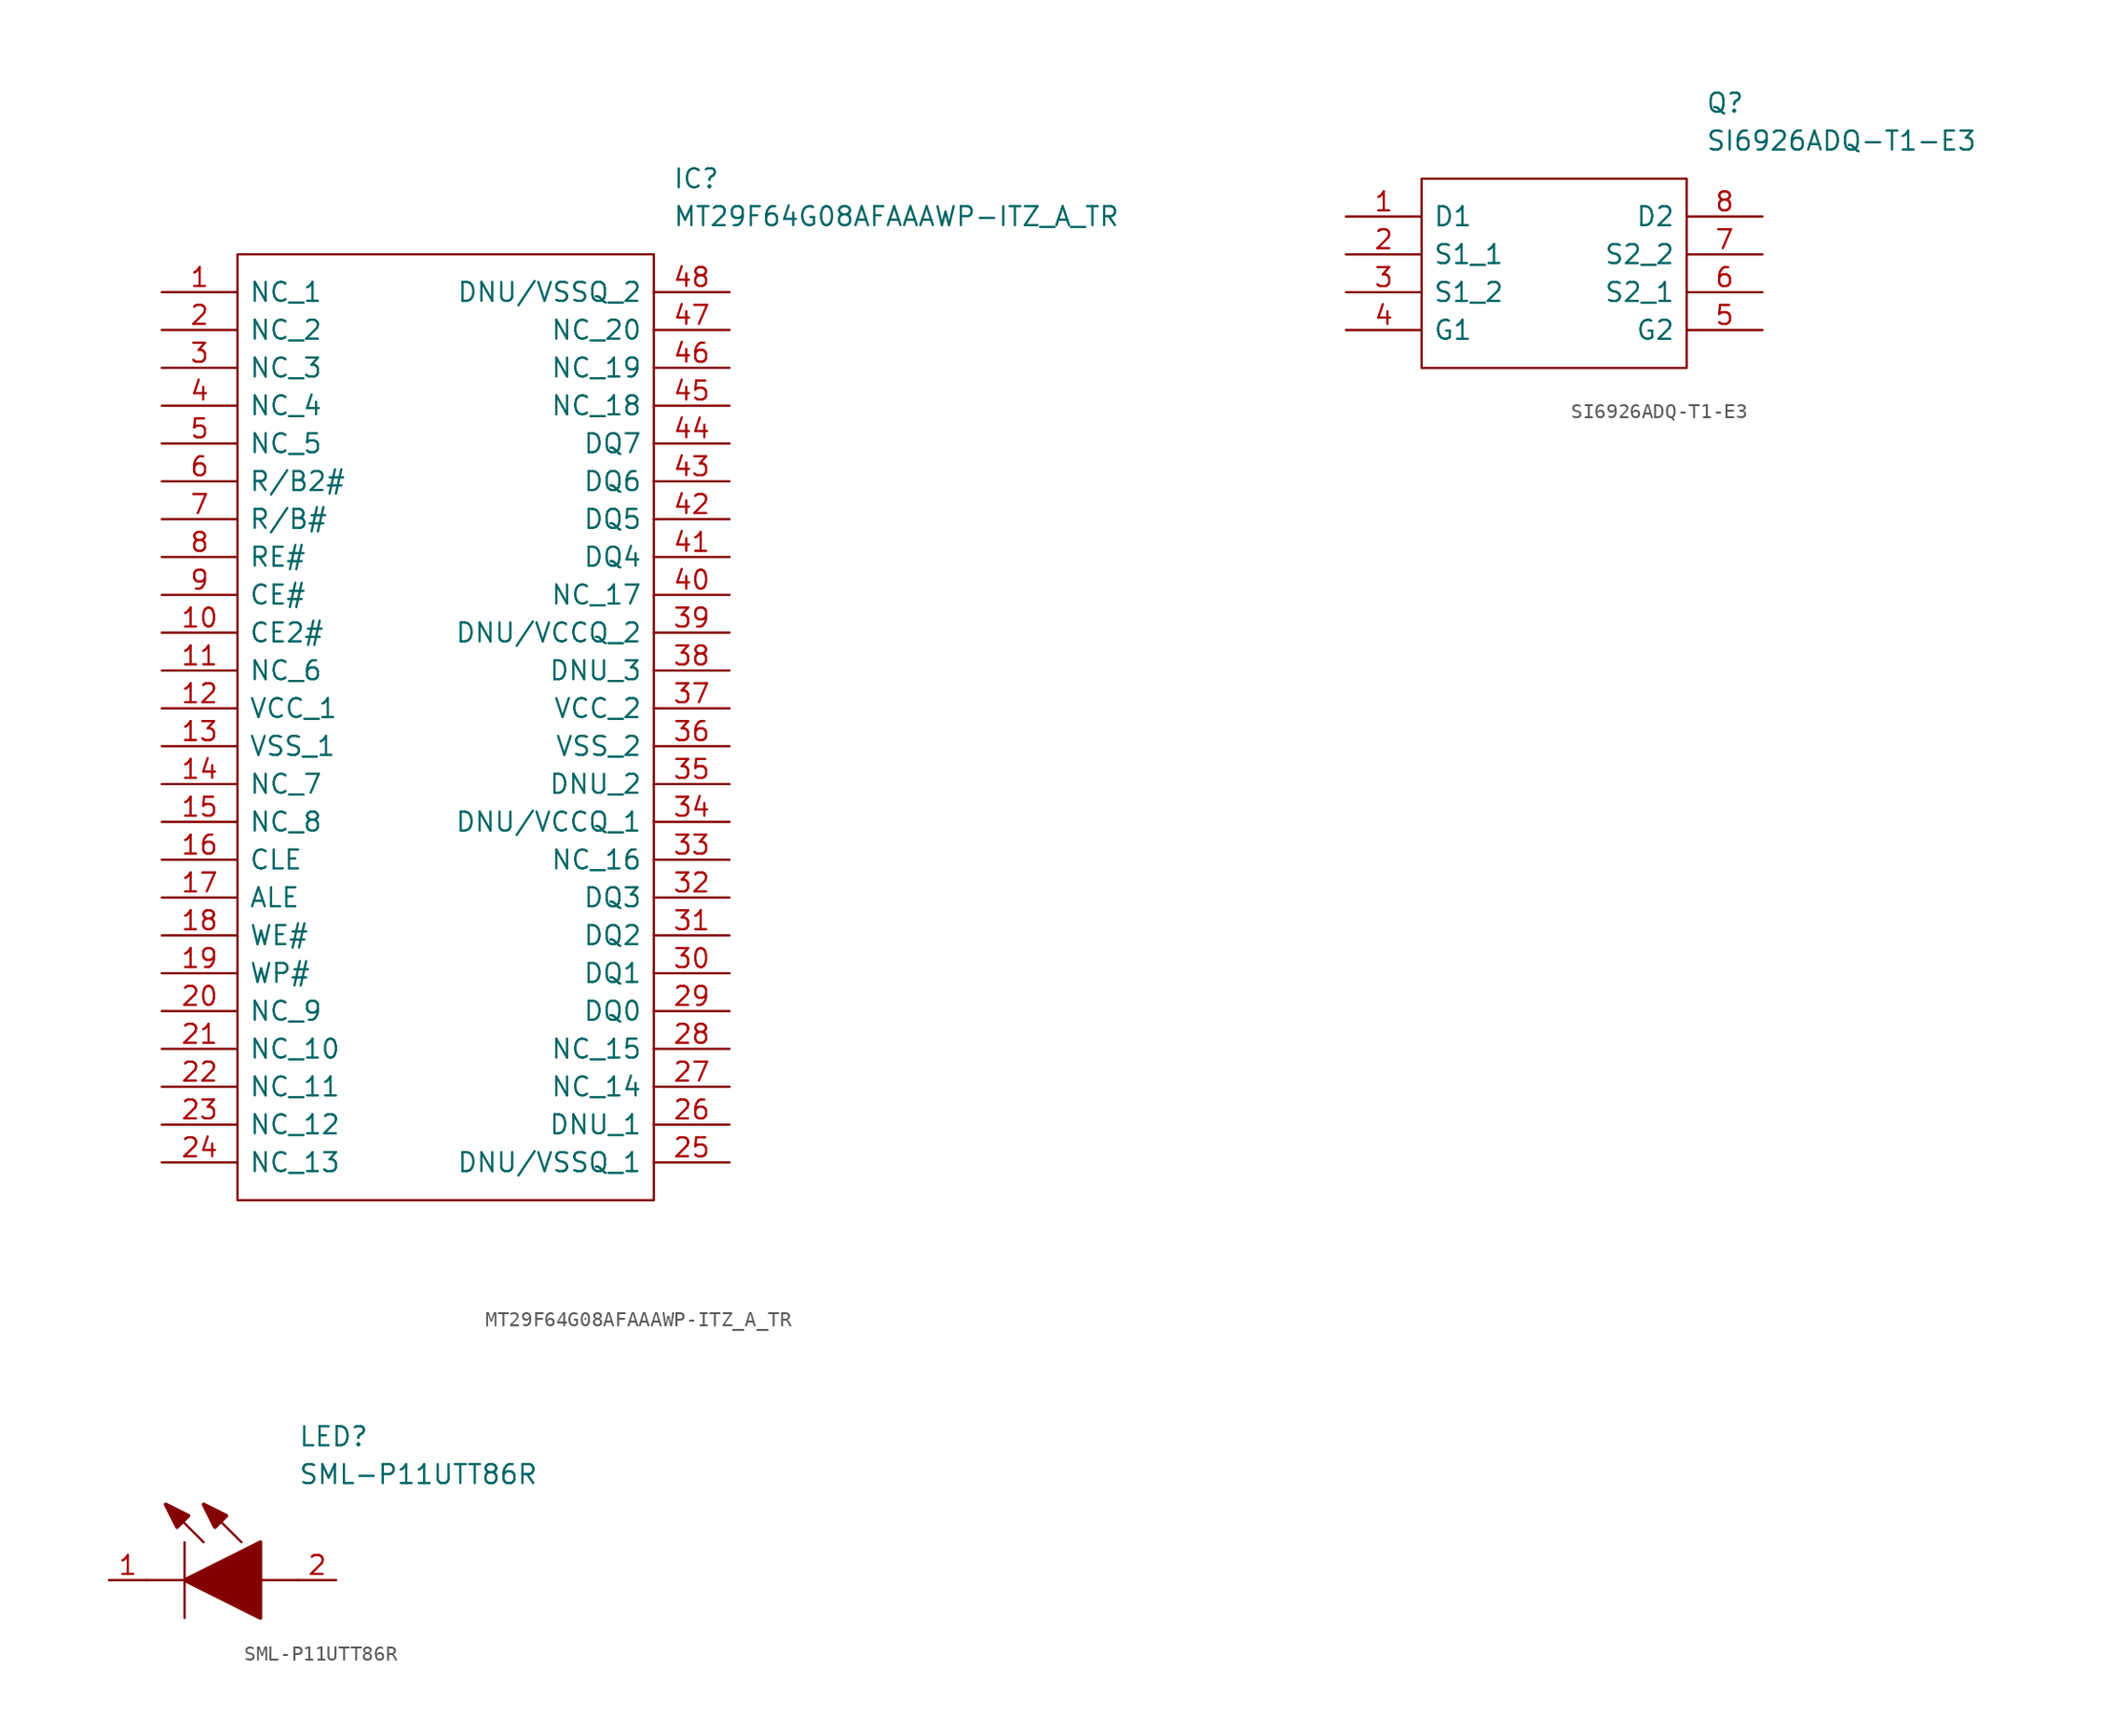
<source format=kicad_sym>
(kicad_symbol_lib
  (version 20211014)
  (generator kicad_symbol_editor)
  (symbol "MT29F64G08AFAAAWP-ITZ_A_TR"
    (pin_names
      (offset 0.762))
    (property "Reference" "IC"
      (at 34.29 7.62 0)
      (effects (font (size 1.27 1.27)) (justify left)))
    (property "Value" "MT29F64G08AFAAAWP-ITZ_A_TR"
      (at 34.29 5.08 0)
      (effects (font (size 1.27 1.27)) (justify left)))
    (symbol "MT29F64G08AFAAAWP-ITZ_A_TR_0_0"
      (pin passive line (at 0 0 0) (length 5.08) (name "NC_1" (effects (font (size 1.27 1.27)))) (number "1" (effects (font (size 1.27 1.27)))))
      (pin passive line (at 0 -22.86 0) (length 5.08) (name "CE2#" (effects (font (size 1.27 1.27)))) (number "10" (effects (font (size 1.27 1.27)))))
      (pin passive line (at 0 -25.4 0) (length 5.08) (name "NC_6" (effects (font (size 1.27 1.27)))) (number "11" (effects (font (size 1.27 1.27)))))
      (pin passive line (at 0 -27.94 0) (length 5.08) (name "VCC_1" (effects (font (size 1.27 1.27)))) (number "12" (effects (font (size 1.27 1.27)))))
      (pin passive line (at 0 -30.48 0) (length 5.08) (name "VSS_1" (effects (font (size 1.27 1.27)))) (number "13" (effects (font (size 1.27 1.27)))))
      (pin passive line (at 0 -33.02 0) (length 5.08) (name "NC_7" (effects (font (size 1.27 1.27)))) (number "14" (effects (font (size 1.27 1.27)))))
      (pin passive line (at 0 -35.56 0) (length 5.08) (name "NC_8" (effects (font (size 1.27 1.27)))) (number "15" (effects (font (size 1.27 1.27)))))
      (pin passive line (at 0 -38.1 0) (length 5.08) (name "CLE" (effects (font (size 1.27 1.27)))) (number "16" (effects (font (size 1.27 1.27)))))
      (pin passive line (at 0 -40.64 0) (length 5.08) (name "ALE" (effects (font (size 1.27 1.27)))) (number "17" (effects (font (size 1.27 1.27)))))
      (pin passive line (at 0 -43.18 0) (length 5.08) (name "WE#" (effects (font (size 1.27 1.27)))) (number "18" (effects (font (size 1.27 1.27)))))
      (pin passive line (at 0 -45.72 0) (length 5.08) (name "WP#" (effects (font (size 1.27 1.27)))) (number "19" (effects (font (size 1.27 1.27)))))
      (pin passive line (at 0 -2.54 0) (length 5.08) (name "NC_2" (effects (font (size 1.27 1.27)))) (number "2" (effects (font (size 1.27 1.27)))))
      (pin passive line (at 0 -48.26 0) (length 5.08) (name "NC_9" (effects (font (size 1.27 1.27)))) (number "20" (effects (font (size 1.27 1.27)))))
      (pin passive line (at 0 -50.8 0) (length 5.08) (name "NC_10" (effects (font (size 1.27 1.27)))) (number "21" (effects (font (size 1.27 1.27)))))
      (pin passive line (at 0 -53.34 0) (length 5.08) (name "NC_11" (effects (font (size 1.27 1.27)))) (number "22" (effects (font (size 1.27 1.27)))))
      (pin passive line (at 0 -55.88 0) (length 5.08) (name "NC_12" (effects (font (size 1.27 1.27)))) (number "23" (effects (font (size 1.27 1.27)))))
      (pin passive line (at 0 -58.42 0) (length 5.08) (name "NC_13" (effects (font (size 1.27 1.27)))) (number "24" (effects (font (size 1.27 1.27)))))
      (pin passive line (at 38.1 -58.42 180) (length 5.08) (name "DNU/VSSQ_1" (effects (font (size 1.27 1.27)))) (number "25" (effects (font (size 1.27 1.27)))))
      (pin passive line (at 38.1 -55.88 180) (length 5.08) (name "DNU_1" (effects (font (size 1.27 1.27)))) (number "26" (effects (font (size 1.27 1.27)))))
      (pin passive line (at 38.1 -53.34 180) (length 5.08) (name "NC_14" (effects (font (size 1.27 1.27)))) (number "27" (effects (font (size 1.27 1.27)))))
      (pin passive line (at 38.1 -50.8 180) (length 5.08) (name "NC_15" (effects (font (size 1.27 1.27)))) (number "28" (effects (font (size 1.27 1.27)))))
      (pin passive line (at 38.1 -48.26 180) (length 5.08) (name "DQ0" (effects (font (size 1.27 1.27)))) (number "29" (effects (font (size 1.27 1.27)))))
      (pin passive line (at 0 -5.08 0) (length 5.08) (name "NC_3" (effects (font (size 1.27 1.27)))) (number "3" (effects (font (size 1.27 1.27)))))
      (pin passive line (at 38.1 -45.72 180) (length 5.08) (name "DQ1" (effects (font (size 1.27 1.27)))) (number "30" (effects (font (size 1.27 1.27)))))
      (pin passive line (at 38.1 -43.18 180) (length 5.08) (name "DQ2" (effects (font (size 1.27 1.27)))) (number "31" (effects (font (size 1.27 1.27)))))
      (pin passive line (at 38.1 -40.64 180) (length 5.08) (name "DQ3" (effects (font (size 1.27 1.27)))) (number "32" (effects (font (size 1.27 1.27)))))
      (pin passive line (at 38.1 -38.1 180) (length 5.08) (name "NC_16" (effects (font (size 1.27 1.27)))) (number "33" (effects (font (size 1.27 1.27)))))
      (pin passive line (at 38.1 -35.56 180) (length 5.08) (name "DNU/VCCQ_1" (effects (font (size 1.27 1.27)))) (number "34" (effects (font (size 1.27 1.27)))))
      (pin passive line (at 38.1 -33.02 180) (length 5.08) (name "DNU_2" (effects (font (size 1.27 1.27)))) (number "35" (effects (font (size 1.27 1.27)))))
      (pin passive line (at 38.1 -30.48 180) (length 5.08) (name "VSS_2" (effects (font (size 1.27 1.27)))) (number "36" (effects (font (size 1.27 1.27)))))
      (pin passive line (at 38.1 -27.94 180) (length 5.08) (name "VCC_2" (effects (font (size 1.27 1.27)))) (number "37" (effects (font (size 1.27 1.27)))))
      (pin passive line (at 38.1 -25.4 180) (length 5.08) (name "DNU_3" (effects (font (size 1.27 1.27)))) (number "38" (effects (font (size 1.27 1.27)))))
      (pin passive line (at 38.1 -22.86 180) (length 5.08) (name "DNU/VCCQ_2" (effects (font (size 1.27 1.27)))) (number "39" (effects (font (size 1.27 1.27)))))
      (pin passive line (at 0 -7.62 0) (length 5.08) (name "NC_4" (effects (font (size 1.27 1.27)))) (number "4" (effects (font (size 1.27 1.27)))))
      (pin passive line (at 38.1 -20.32 180) (length 5.08) (name "NC_17" (effects (font (size 1.27 1.27)))) (number "40" (effects (font (size 1.27 1.27)))))
      (pin passive line (at 38.1 -17.78 180) (length 5.08) (name "DQ4" (effects (font (size 1.27 1.27)))) (number "41" (effects (font (size 1.27 1.27)))))
      (pin passive line (at 38.1 -15.24 180) (length 5.08) (name "DQ5" (effects (font (size 1.27 1.27)))) (number "42" (effects (font (size 1.27 1.27)))))
      (pin passive line (at 38.1 -12.7 180) (length 5.08) (name "DQ6" (effects (font (size 1.27 1.27)))) (number "43" (effects (font (size 1.27 1.27)))))
      (pin passive line (at 38.1 -10.16 180) (length 5.08) (name "DQ7" (effects (font (size 1.27 1.27)))) (number "44" (effects (font (size 1.27 1.27)))))
      (pin passive line (at 38.1 -7.62 180) (length 5.08) (name "NC_18" (effects (font (size 1.27 1.27)))) (number "45" (effects (font (size 1.27 1.27)))))
      (pin passive line (at 38.1 -5.08 180) (length 5.08) (name "NC_19" (effects (font (size 1.27 1.27)))) (number "46" (effects (font (size 1.27 1.27)))))
      (pin passive line (at 38.1 -2.54 180) (length 5.08) (name "NC_20" (effects (font (size 1.27 1.27)))) (number "47" (effects (font (size 1.27 1.27)))))
      (pin passive line (at 38.1 0 180) (length 5.08) (name "DNU/VSSQ_2" (effects (font (size 1.27 1.27)))) (number "48" (effects (font (size 1.27 1.27)))))
      (pin passive line (at 0 -10.16 0) (length 5.08) (name "NC_5" (effects (font (size 1.27 1.27)))) (number "5" (effects (font (size 1.27 1.27)))))
      (pin passive line (at 0 -12.7 0) (length 5.08) (name "R/B2#" (effects (font (size 1.27 1.27)))) (number "6" (effects (font (size 1.27 1.27)))))
      (pin passive line (at 0 -15.24 0) (length 5.08) (name "R/B#" (effects (font (size 1.27 1.27)))) (number "7" (effects (font (size 1.27 1.27)))))
      (pin passive line (at 0 -17.78 0) (length 5.08) (name "RE#" (effects (font (size 1.27 1.27)))) (number "8" (effects (font (size 1.27 1.27)))))
      (pin passive line (at 0 -20.32 0) (length 5.08) (name "CE#" (effects (font (size 1.27 1.27)))) (number "9" (effects (font (size 1.27 1.27))))))
    (symbol "MT29F64G08AFAAAWP-ITZ_A_TR_0_1"
      (polyline (pts (xy 5.08 2.54) (xy 33.02 2.54) (xy 33.02 -60.96) (xy 5.08 -60.96) (xy 5.08 2.54)) (stroke (width 0.152) (type default) (color 0 0 0 0)) (fill (type none)))))
  (symbol "SI6926ADQ-T1-E3"
    (pin_names
      (offset 0.762))
    (property "Reference" "Q"
      (at 24.13 7.62 0)
      (effects (font (size 1.27 1.27)) (justify left)))
    (property "Value" "SI6926ADQ-T1-E3"
      (at 24.13 5.08 0)
      (effects (font (size 1.27 1.27)) (justify left)))
    (symbol "SI6926ADQ-T1-E3_0_0"
      (pin passive line (at 0 0 0) (length 5.08) (name "D1" (effects (font (size 1.27 1.27)))) (number "1" (effects (font (size 1.27 1.27)))))
      (pin passive line (at 0 -2.54 0) (length 5.08) (name "S1_1" (effects (font (size 1.27 1.27)))) (number "2" (effects (font (size 1.27 1.27)))))
      (pin passive line (at 0 -5.08 0) (length 5.08) (name "S1_2" (effects (font (size 1.27 1.27)))) (number "3" (effects (font (size 1.27 1.27)))))
      (pin passive line (at 0 -7.62 0) (length 5.08) (name "G1" (effects (font (size 1.27 1.27)))) (number "4" (effects (font (size 1.27 1.27)))))
      (pin passive line (at 27.94 -7.62 180) (length 5.08) (name "G2" (effects (font (size 1.27 1.27)))) (number "5" (effects (font (size 1.27 1.27)))))
      (pin passive line (at 27.94 -5.08 180) (length 5.08) (name "S2_1" (effects (font (size 1.27 1.27)))) (number "6" (effects (font (size 1.27 1.27)))))
      (pin passive line (at 27.94 -2.54 180) (length 5.08) (name "S2_2" (effects (font (size 1.27 1.27)))) (number "7" (effects (font (size 1.27 1.27)))))
      (pin passive line (at 27.94 0 180) (length 5.08) (name "D2" (effects (font (size 1.27 1.27)))) (number "8" (effects (font (size 1.27 1.27))))))
    (symbol "SI6926ADQ-T1-E3_0_1"
      (polyline (pts (xy 5.08 2.54) (xy 22.86 2.54) (xy 22.86 -10.16) (xy 5.08 -10.16) (xy 5.08 2.54)) (stroke (width 0.152) (type default) (color 0 0 0 0)) (fill (type none)))))
  (symbol "SML-P11UTT86R"
    (pin_names
      (offset 0.762))
    (property "Reference" "LED"
      (at 12.7 8.89 0)
      (effects (font (size 1.27 1.27)) (justify left bottom)))
    (property "Value" "SML-P11UTT86R"
      (at 12.7 6.35 0)
      (effects (font (size 1.27 1.27)) (justify left bottom)))
    (symbol "SML-P11UTT86R_0_0"
      (pin passive line (at 0 0 0) (length 2.54) (name "~" (effects (font (size 1.27 1.27)))) (number "1" (effects (font (size 1.27 1.27)))))
      (pin passive line (at 15.24 0 180) (length 2.54) (name "~" (effects (font (size 1.27 1.27)))) (number "2" (effects (font (size 1.27 1.27))))))
    (symbol "SML-P11UTT86R_0_1"
      (polyline (pts (xy 2.54 0) (xy 5.08 0)) (stroke (width 0.152) (type default) (color 0 0 0 0)) (fill (type none)))
      (polyline (pts (xy 5.08 2.54) (xy 5.08 -2.54)) (stroke (width 0.152) (type default) (color 0 0 0 0)) (fill (type none)))
      (polyline (pts (xy 6.35 2.54) (xy 3.81 5.08)) (stroke (width 0.152) (type default) (color 0 0 0 0)) (fill (type none)))
      (polyline (pts (xy 8.89 2.54) (xy 6.35 5.08)) (stroke (width 0.152) (type default) (color 0 0 0 0)) (fill (type none)))
      (polyline (pts (xy 10.16 0) (xy 12.7 0)) (stroke (width 0.152) (type default) (color 0 0 0 0)) (fill (type none)))
      (polyline (pts (xy 5.08 0) (xy 10.16 2.54) (xy 10.16 -2.54) (xy 5.08 0)) (stroke (width 0.254) (type default) (color 0 0 0 0)) (fill (type outline)))
      (polyline (pts (xy 5.334 4.318) (xy 4.572 3.556) (xy 3.81 5.08) (xy 5.334 4.318)) (stroke (width 0.254) (type default) (color 0 0 0 0)) (fill (type outline)))
      (polyline (pts (xy 7.874 4.318) (xy 7.112 3.556) (xy 6.35 5.08) (xy 7.874 4.318)) (stroke (width 0.254) (type default) (color 0 0 0 0)) (fill (type outline))))))
</source>
